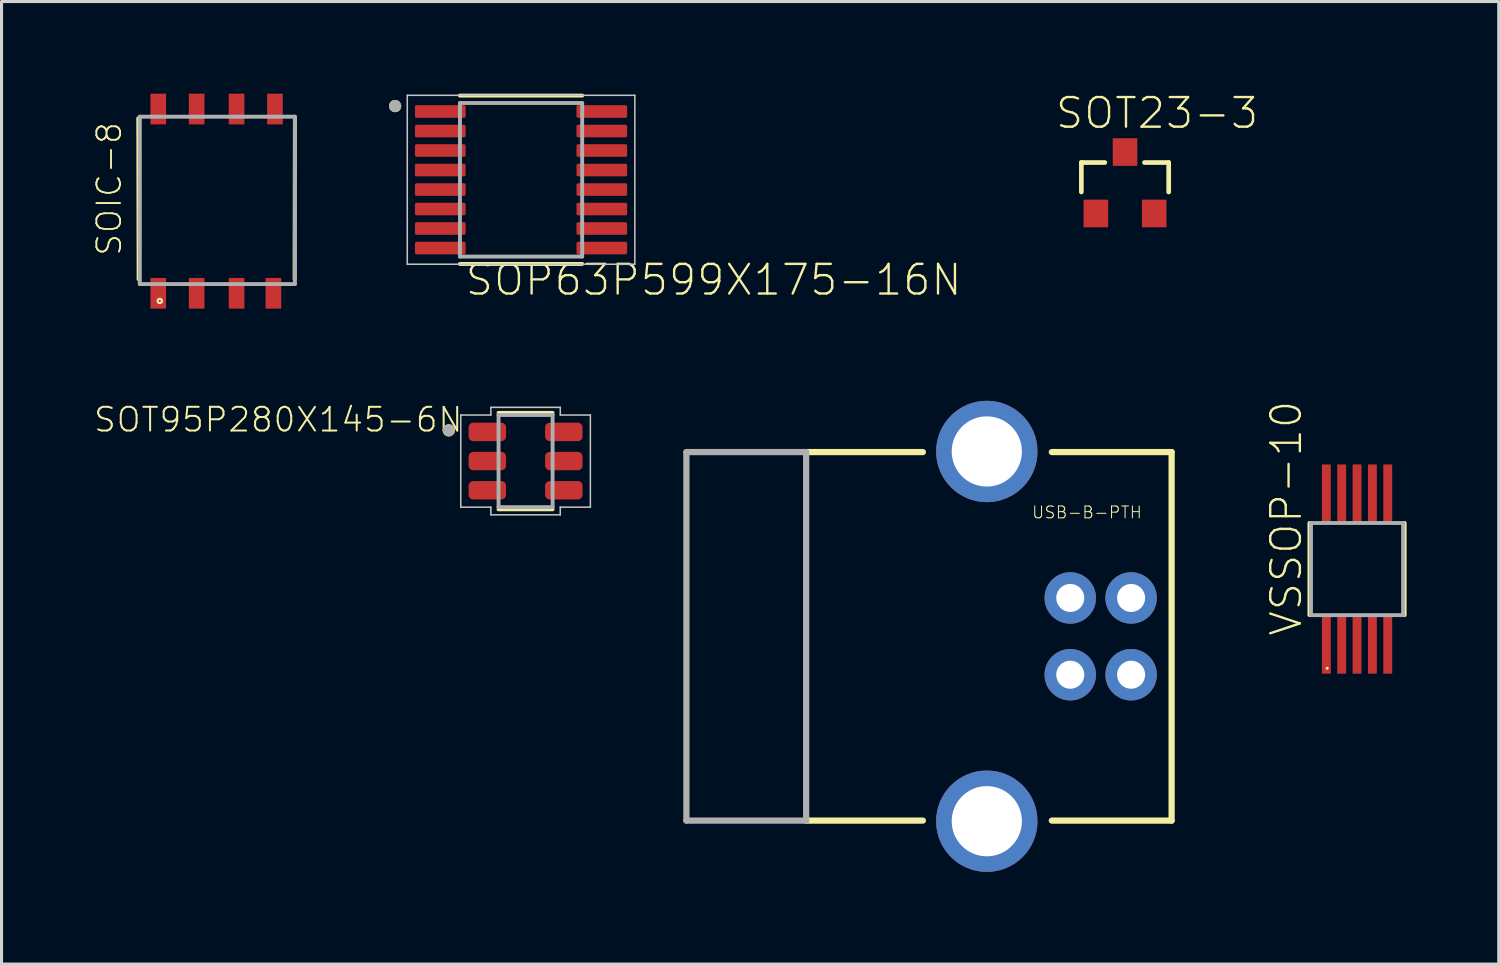
<source format=kicad_pcb>
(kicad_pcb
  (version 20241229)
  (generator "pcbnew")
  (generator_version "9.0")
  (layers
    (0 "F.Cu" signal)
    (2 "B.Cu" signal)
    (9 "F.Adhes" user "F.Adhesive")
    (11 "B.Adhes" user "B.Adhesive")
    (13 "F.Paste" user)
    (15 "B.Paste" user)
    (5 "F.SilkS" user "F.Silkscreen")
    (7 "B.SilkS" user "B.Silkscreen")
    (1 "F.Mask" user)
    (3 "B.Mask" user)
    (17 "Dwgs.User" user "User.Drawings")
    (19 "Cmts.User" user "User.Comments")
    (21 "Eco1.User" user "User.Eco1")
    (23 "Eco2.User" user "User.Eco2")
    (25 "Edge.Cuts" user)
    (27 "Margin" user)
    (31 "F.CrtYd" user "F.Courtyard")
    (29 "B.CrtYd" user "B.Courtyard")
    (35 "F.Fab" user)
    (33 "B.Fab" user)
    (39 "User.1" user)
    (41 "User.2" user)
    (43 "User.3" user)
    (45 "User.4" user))
  (footprint "SOT23-3"
    (layer "F.Cu")
    (at 33.584 2.902)
    (property "Reference" "SOT23-3" (at -2.317 -1.705 180) (layer "F.SilkS") (effects (font (size 0.965 0.965) (thickness 0.077)) (justify left bottom)))
    (attr through_hole)
    (fp_line (start -1.422 -0.66) (end -0.658 -0.66) (stroke (width 0.152) (type solid)) (layer "F.SilkS"))
    (fp_line (start -1.422 0.3) (end -1.422 -0.66) (stroke (width 0.152) (type solid)) (layer "F.SilkS"))
    (fp_line (start 0.633 -0.66) (end 1.422 -0.66) (stroke (width 0.152) (type solid)) (layer "F.SilkS"))
    (fp_line (start 1.422 -0.66) (end 1.422 0.3) (stroke (width 0.152) (type solid)) (layer "F.SilkS"))
    (pad "1" smd rect (at -0.95 1) (size 0.8 0.9) (layers "F.Cu" "F.Mask" "F.Paste"))
    (pad "2" smd rect (at 0.95 1) (size 0.8 0.9) (layers "F.Cu" "F.Mask" "F.Paste"))
    (pad "3" smd rect (at 0 -1) (size 0.8 0.9) (layers "F.Cu" "F.Mask" "F.Paste")))
  (footprint "VSSOP-10"
    (layer "F.Cu")
    (at 41.139 15.48)
    (property "Reference" "VSSOP-10" (at -1.74 2.234 270) (layer "F.SilkS") (effects (font (size 0.965 0.965) (thickness 0.077)) (justify left bottom)))
    (attr through_hole)
    (fp_line (start -1.55 -1.5) (end -1.55 1.5) (stroke (width 0.127) (type solid)) (layer "F.SilkS"))
    (fp_line (start 1.55 -1.5) (end 1.55 1.5) (stroke (width 0.127) (type solid)) (layer "F.SilkS"))
    (fp_circle (center -0.973 3.231) (end -0.948 3.231) (stroke (width 0.05) (type solid)) (fill no) (layer "F.SilkS"))
    (fp_line (start -1.5 -1.5) (end -1.5 1.5) (stroke (width 0.127) (type solid)) (layer "F.Fab"))
    (fp_line (start -1.5 1.5) (end 1.5 1.5) (stroke (width 0.127) (type solid)) (layer "F.Fab"))
    (fp_line (start 1.5 -1.5) (end -1.5 -1.5) (stroke (width 0.127) (type solid)) (layer "F.Fab"))
    (fp_line (start 1.5 1.5) (end 1.5 -1.5) (stroke (width 0.127) (type solid)) (layer "F.Fab"))
    (pad "1" smd rect (at -1 2.454) (size 0.29 1.905) (layers "F.Cu" "F.Mask" "F.Paste"))
    (pad "2" smd rect (at -0.5 2.454) (size 0.29 1.905) (layers "F.Cu" "F.Mask" "F.Paste"))
    (pad "3" smd rect (at 0 2.454) (size 0.29 1.905) (layers "F.Cu" "F.Mask" "F.Paste"))
    (pad "4" smd rect (at 0.5 2.454) (size 0.29 1.905) (layers "F.Cu" "F.Mask" "F.Paste"))
    (pad "5" smd rect (at 1 2.454) (size 0.29 1.905) (layers "F.Cu" "F.Mask" "F.Paste"))
    (pad "6" smd rect (at 1 -2.454) (size 0.29 1.905) (layers "F.Cu" "F.Mask" "F.Paste"))
    (pad "7" smd rect (at 0.5 -2.454) (size 0.29 1.905) (layers "F.Cu" "F.Mask" "F.Paste"))
    (pad "8" smd rect (at 0 -2.454) (size 0.29 1.905) (layers "F.Cu" "F.Mask" "F.Paste"))
    (pad "9" smd rect (at -0.5 -2.454) (size 0.29 1.905) (layers "F.Cu" "F.Mask" "F.Paste"))
    (pad "10" smd rect (at -1 -2.454) (size 0.29 1.905) (layers "F.Cu" "F.Mask" "F.Paste")))
  (footprint "SOT95P280X145-6N"
    (layer "F.Cu")
    (at 14.064 11.964)
    (property "Reference" "SOT95P280X145-6N" (at -2 -1.8 0) (layer "F.SilkS") (effects (font (size 0.772 0.772) (thickness 0.065)) (justify right top)))
    (attr through_hole)
    (fp_line (start -0.88 -1.57) (end 0.88 -1.57) (stroke (width 0.127) (type solid)) (layer "F.SilkS"))
    (fp_line (start -0.88 1.57) (end 0.88 1.57) (stroke (width 0.127) (type solid)) (layer "F.SilkS"))
    (fp_circle (center -2.5 -1) (end -2.4 -1) (stroke (width 0.2) (type solid)) (fill no) (layer "F.SilkS"))
    (fp_line (start -2.11 -1.5) (end -2.11 1.5) (stroke (width 0.05) (type solid)) (layer "Dwgs.User"))
    (fp_line (start -2.11 -1.5) (end -1.13 -1.5) (stroke (width 0.05) (type solid)) (layer "Dwgs.User"))
    (fp_line (start -1.13 -1.75) (end 1.13 -1.75) (stroke (width 0.05) (type solid)) (layer "Dwgs.User"))
    (fp_line (start -1.13 -1.5) (end -1.13 -1.75) (stroke (width 0.05) (type solid)) (layer "Dwgs.User"))
    (fp_line (start -1.13 1.5) (end -2.11 1.5) (stroke (width 0.05) (type solid)) (layer "Dwgs.User"))
    (fp_line (start -1.13 1.75) (end -1.13 1.5) (stroke (width 0.05) (type solid)) (layer "Dwgs.User"))
    (fp_line (start 1.13 -1.75) (end 1.13 -1.5) (stroke (width 0.05) (type solid)) (layer "Dwgs.User"))
    (fp_line (start 1.13 -1.5) (end 2.11 -1.5) (stroke (width 0.05) (type solid)) (layer "Dwgs.User"))
    (fp_line (start 1.13 1.5) (end 1.13 1.75) (stroke (width 0.05) (type solid)) (layer "Dwgs.User"))
    (fp_line (start 1.13 1.75) (end -1.13 1.75) (stroke (width 0.05) (type solid)) (layer "Dwgs.User"))
    (fp_line (start 2.11 1.5) (end 1.13 1.5) (stroke (width 0.05) (type solid)) (layer "Dwgs.User"))
    (fp_line (start 2.11 1.5) (end 2.11 -1.5) (stroke (width 0.05) (type solid)) (layer "Dwgs.User"))
    (fp_line (start -0.88 -1.5) (end 0.88 -1.5) (stroke (width 0.127) (type solid)) (layer "F.Fab"))
    (fp_line (start -0.88 1.5) (end -0.88 -1.5) (stroke (width 0.127) (type solid)) (layer "F.Fab"))
    (fp_line (start 0.88 -1.5) (end 0.88 1.5) (stroke (width 0.127) (type solid)) (layer "F.Fab"))
    (fp_line (start 0.88 1.5) (end -0.88 1.5) (stroke (width 0.127) (type solid)) (layer "F.Fab"))
    (fp_circle (center -2.5 -1) (end -2.4 -1) (stroke (width 0.2) (type solid)) (fill no) (layer "F.Fab"))
    (pad "1" smd roundrect (at -1.245 -0.95) (size 1.22 0.6) (layers "F.Cu" "F.Mask" "F.Paste") (roundrect_rratio 0.25))
    (pad "2" smd roundrect (at -1.245 0) (size 1.22 0.6) (layers "F.Cu" "F.Mask" "F.Paste") (roundrect_rratio 0.25))
    (pad "3" smd roundrect (at -1.245 0.95) (size 1.22 0.6) (layers "F.Cu" "F.Mask" "F.Paste") (roundrect_rratio 0.25))
    (pad "4" smd roundrect (at 1.245 0.95) (size 1.22 0.6) (layers "F.Cu" "F.Mask" "F.Paste") (roundrect_rratio 0.25))
    (pad "5" smd roundrect (at 1.245 0) (size 1.22 0.6) (layers "F.Cu" "F.Mask" "F.Paste") (roundrect_rratio 0.25))
    (pad "6" smd roundrect (at 1.245 -0.95) (size 1.22 0.6) (layers "F.Cu" "F.Mask" "F.Paste") (roundrect_rratio 0.25)))
  (footprint "SOP63P599X175-16N"
    (layer "F.Cu")
    (at 13.917 2.804)
    (property "Reference" "SOP63P599X175-16N" (at -1.867 3.825 180) (layer "F.SilkS") (effects (font (size 0.965 0.965) (thickness 0.077)) (justify left bottom)))
    (attr through_hole)
    (fp_line (start -1.99 -2.741) (end 1.99 -2.741) (stroke (width 0.127) (type solid)) (layer "F.SilkS"))
    (fp_line (start 1.99 2.741) (end -1.99 2.741) (stroke (width 0.127) (type solid)) (layer "F.SilkS"))
    (fp_circle (center -4.1 -2.4) (end -4 -2.4) (stroke (width 0.2) (type solid)) (fill no) (layer "F.SilkS"))
    (fp_line (start -3.705 -2.75) (end -3.705 2.75) (stroke (width 0.05) (type solid)) (layer "Dwgs.User"))
    (fp_line (start -3.705 -2.75) (end 3.705 -2.75) (stroke (width 0.05) (type solid)) (layer "Dwgs.User"))
    (fp_line (start -3.705 2.75) (end 3.705 2.75) (stroke (width 0.05) (type solid)) (layer "Dwgs.User"))
    (fp_line (start 3.705 -2.75) (end 3.705 2.75) (stroke (width 0.05) (type solid)) (layer "Dwgs.User"))
    (fp_line (start -1.99 -2.5) (end -1.99 2.5) (stroke (width 0.127) (type solid)) (layer "F.Fab"))
    (fp_line (start -1.99 -2.5) (end 1.99 -2.5) (stroke (width 0.127) (type solid)) (layer "F.Fab"))
    (fp_line (start -1.99 2.5) (end 1.99 2.5) (stroke (width 0.127) (type solid)) (layer "F.Fab"))
    (fp_line (start 1.99 -2.5) (end 1.99 2.5) (stroke (width 0.127) (type solid)) (layer "F.Fab"))
    (fp_circle (center -4.1 -2.4) (end -4 -2.4) (stroke (width 0.2) (type solid)) (fill no) (layer "F.Fab"))
    (pad "1" smd roundrect (at -2.63 -2.223) (size 1.65 0.41) (layers "F.Cu" "F.Mask" "F.Paste") (roundrect_rratio 0.125))
    (pad "2" smd roundrect (at -2.63 -1.587) (size 1.65 0.41) (layers "F.Cu" "F.Mask" "F.Paste") (roundrect_rratio 0.125))
    (pad "3" smd roundrect (at -2.63 -0.953) (size 1.65 0.41) (layers "F.Cu" "F.Mask" "F.Paste") (roundrect_rratio 0.125))
    (pad "4" smd roundrect (at -2.63 -0.318) (size 1.65 0.41) (layers "F.Cu" "F.Mask" "F.Paste") (roundrect_rratio 0.125))
    (pad "5" smd roundrect (at -2.63 0.318) (size 1.65 0.41) (layers "F.Cu" "F.Mask" "F.Paste") (roundrect_rratio 0.125))
    (pad "6" smd roundrect (at -2.63 0.953) (size 1.65 0.41) (layers "F.Cu" "F.Mask" "F.Paste") (roundrect_rratio 0.125))
    (pad "7" smd roundrect (at -2.63 1.587) (size 1.65 0.41) (layers "F.Cu" "F.Mask" "F.Paste") (roundrect_rratio 0.125))
    (pad "8" smd roundrect (at -2.63 2.223) (size 1.65 0.41) (layers "F.Cu" "F.Mask" "F.Paste") (roundrect_rratio 0.125))
    (pad "9" smd roundrect (at 2.63 2.223) (size 1.65 0.41) (layers "F.Cu" "F.Mask" "F.Paste") (roundrect_rratio 0.125))
    (pad "10" smd roundrect (at 2.63 1.587) (size 1.65 0.41) (layers "F.Cu" "F.Mask" "F.Paste") (roundrect_rratio 0.125))
    (pad "11" smd roundrect (at 2.63 0.953) (size 1.65 0.41) (layers "F.Cu" "F.Mask" "F.Paste") (roundrect_rratio 0.125))
    (pad "12" smd roundrect (at 2.63 0.318) (size 1.65 0.41) (layers "F.Cu" "F.Mask" "F.Paste") (roundrect_rratio 0.125))
    (pad "13" smd roundrect (at 2.63 -0.318) (size 1.65 0.41) (layers "F.Cu" "F.Mask" "F.Paste") (roundrect_rratio 0.125))
    (pad "14" smd roundrect (at 2.63 -0.953) (size 1.65 0.41) (layers "F.Cu" "F.Mask" "F.Paste") (roundrect_rratio 0.125))
    (pad "15" smd roundrect (at 2.63 -1.587) (size 1.65 0.41) (layers "F.Cu" "F.Mask" "F.Paste") (roundrect_rratio 0.125))
    (pad "16" smd roundrect (at 2.63 -2.223) (size 1.65 0.41) (layers "F.Cu" "F.Mask" "F.Paste") (roundrect_rratio 0.125)))
  (footprint "USB-B-PTH"
    (layer "F.Cu")
    (at 31.801 17.671)
    (property "Reference" "USB-B-PTH" (at -1.27 -3.81 0) (layer "F.SilkS") (effects (font (size 0.386 0.386) (thickness 0.033)) (justify left bottom)))
    (attr through_hole)
    (fp_line (start -8.6 -6) (end -4.8 -6) (stroke (width 0.203) (type solid)) (layer "F.SilkS"))
    (fp_line (start -8.6 6) (end -4.8 6) (stroke (width 0.203) (type solid)) (layer "F.SilkS"))
    (fp_line (start -0.6 6) (end 3.3 6) (stroke (width 0.203) (type solid)) (layer "F.SilkS"))
    (fp_line (start 3.3 -6) (end -0.6 -6) (stroke (width 0.203) (type solid)) (layer "F.SilkS"))
    (fp_line (start 3.3 6) (end 3.3 -6) (stroke (width 0.203) (type solid)) (layer "F.SilkS"))
    (fp_line (start -12.5 -6) (end -8.6 -6) (stroke (width 0.203) (type solid)) (layer "F.Fab"))
    (fp_line (start -12.5 6) (end -12.5 -6) (stroke (width 0.203) (type solid)) (layer "F.Fab"))
    (fp_line (start -8.6 -6) (end -8.6 6) (stroke (width 0.203) (type solid)) (layer "F.Fab"))
    (fp_line (start -8.6 6) (end -12.5 6) (stroke (width 0.203) (type solid)) (layer "F.Fab"))
    (pad "D+" thru_hole circle (at 0 -1.25 270) (size 1.676 1.676) (drill 0.914) (layers "*.Cu" "*.Mask"))
    (pad "D-" thru_hole circle (at 1.981 -1.25 90) (size 1.676 1.676) (drill 0.914) (layers "*.Cu" "*.Mask"))
    (pad "GND" thru_hole circle (at 0 1.25 270) (size 1.676 1.676) (drill 0.914) (layers "*.Cu" "*.Mask"))
    (pad "S1" thru_hole circle (at -2.718 6.02) (size 3.302 3.302) (drill 2.286) (layers "*.Cu" "*.Mask"))
    (pad "S2" thru_hole circle (at -2.718 -6.02) (size 3.302 3.302) (drill 2.286) (layers "*.Cu" "*.Mask"))
    (pad "VBUS" thru_hole circle (at 1.981 1.25 90) (size 1.676 1.676) (drill 0.914) (layers "*.Cu" "*.Mask")))
  (footprint "SOIC-8"
    (layer "F.Cu")
    (at 4.003 3.5)
    (property "Reference" "SOIC-8" (at -3.046 1.83 90) (layer "F.SilkS") (effects (font (size 0.772 0.772) (thickness 0.062)) (justify left bottom)))
    (attr through_hole)
    (fp_line (start -2.55 -2.7) (end -2.54 2.54) (stroke (width 0.127) (type solid)) (layer "F.SilkS"))
    (fp_line (start 2.55 -2.7) (end 2.54 2.54) (stroke (width 0.127) (type solid)) (layer "F.SilkS"))
    (fp_circle (center -1.85 3.25) (end -1.815 3.25) (stroke (width 0.071) (type solid)) (fill no) (layer "F.SilkS"))
    (fp_line (start -2.5 -2.75) (end -2.5 2.7) (stroke (width 0.127) (type solid)) (layer "F.Fab"))
    (fp_line (start -2.5 2.7) (end 2.55 2.7) (stroke (width 0.127) (type solid)) (layer "F.Fab"))
    (fp_line (start 2.55 -2.75) (end -2.5 -2.75) (stroke (width 0.127) (type solid)) (layer "F.Fab"))
    (fp_line (start 2.55 2.7) (end 2.55 -2.75) (stroke (width 0.127) (type solid)) (layer "F.Fab"))
    (pad "1" smd rect (at -1.9 3) (size 0.51 1) (layers "F.Cu" "F.Mask" "F.Paste"))
    (pad "2" smd rect (at -0.65 3) (size 0.51 1) (layers "F.Cu" "F.Mask" "F.Paste"))
    (pad "3" smd rect (at 0.65 3) (size 0.51 1) (layers "F.Cu" "F.Mask" "F.Paste"))
    (pad "4" smd rect (at 1.85 3) (size 0.51 1) (layers "F.Cu" "F.Mask" "F.Paste"))
    (pad "5" smd rect (at 1.9 -3) (size 0.51 1) (layers "F.Cu" "F.Mask" "F.Paste"))
    (pad "6" smd rect (at 0.65 -3) (size 0.51 1) (layers "F.Cu" "F.Mask" "F.Paste"))
    (pad "7" smd rect (at -0.65 -3) (size 0.51 1) (layers "F.Cu" "F.Mask" "F.Paste"))
    (pad "8" smd rect (at -1.9 -3) (size 0.51 1) (layers "F.Cu" "F.Mask" "F.Paste")))
  (gr_rect
    (start -3 -3)
    (end 45.753 28.342)
    (stroke (width 0.1) (type default))
    (fill no)
    (layer "Edge.Cuts")))
</source>
